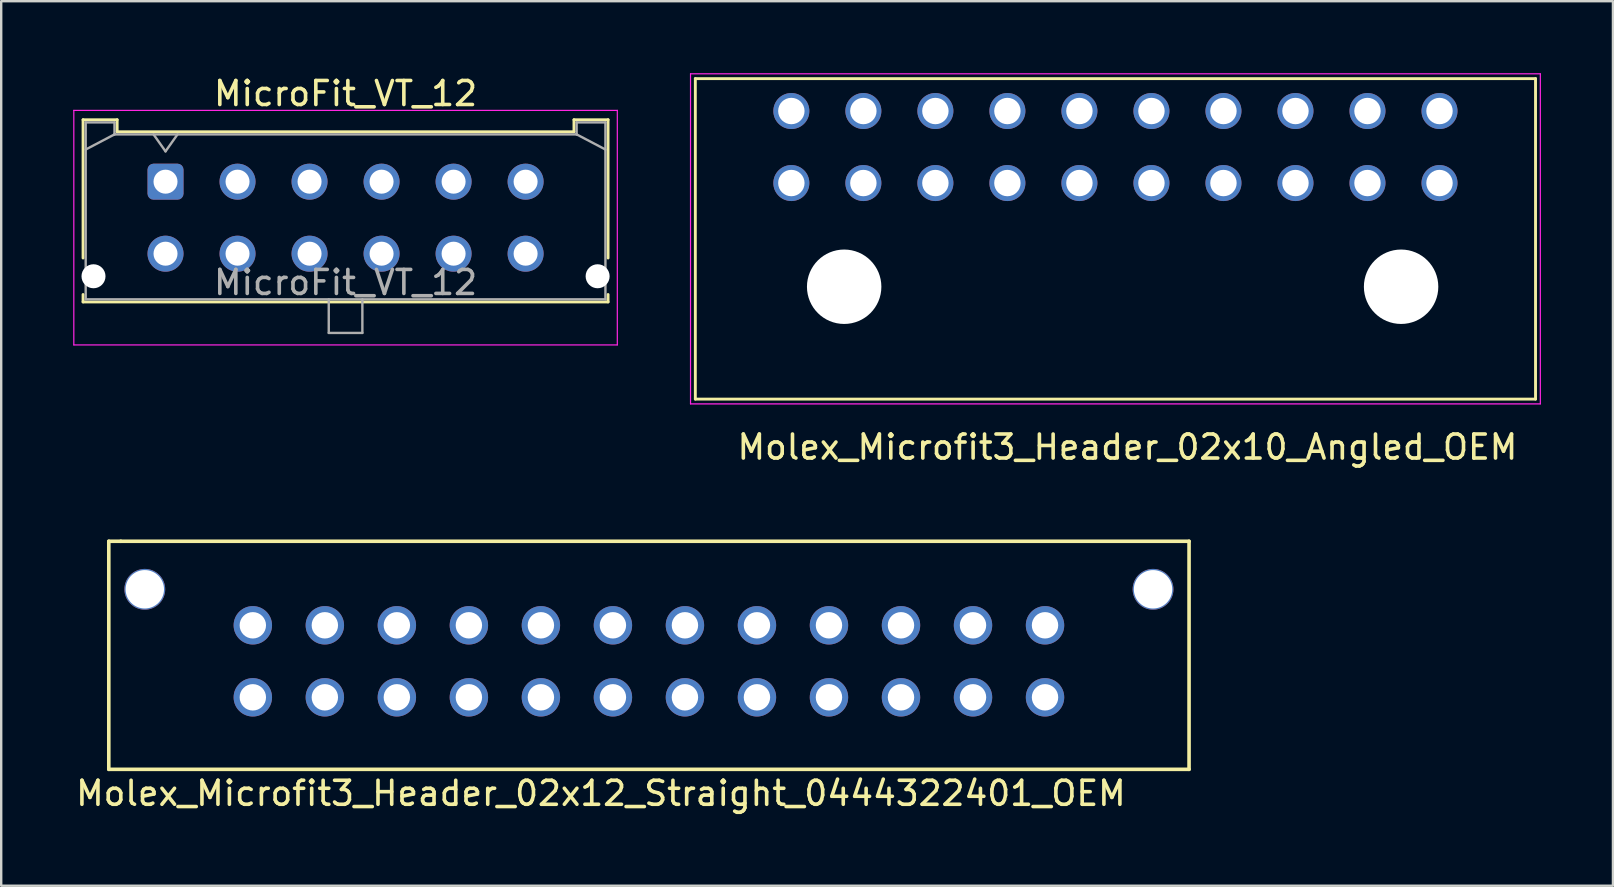
<source format=kicad_pcb>
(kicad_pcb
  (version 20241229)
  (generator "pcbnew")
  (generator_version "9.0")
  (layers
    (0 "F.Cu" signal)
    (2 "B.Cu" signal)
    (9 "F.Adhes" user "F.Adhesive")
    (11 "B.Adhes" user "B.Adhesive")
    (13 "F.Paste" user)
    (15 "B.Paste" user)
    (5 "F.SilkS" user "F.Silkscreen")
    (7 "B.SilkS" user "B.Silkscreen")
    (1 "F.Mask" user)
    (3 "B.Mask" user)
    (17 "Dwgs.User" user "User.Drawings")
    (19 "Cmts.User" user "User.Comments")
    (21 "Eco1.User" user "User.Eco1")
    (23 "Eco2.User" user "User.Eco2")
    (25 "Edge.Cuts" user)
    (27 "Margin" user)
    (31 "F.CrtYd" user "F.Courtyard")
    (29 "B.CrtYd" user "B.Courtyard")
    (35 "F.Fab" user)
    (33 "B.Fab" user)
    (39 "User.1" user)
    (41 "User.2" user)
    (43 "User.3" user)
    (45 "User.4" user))
  (footprint "Molex_Microfit3_Header_02x10_Angled_OEM"
    (layer "F.Cu")
    (at 56.915 4.575)
    (property "Reference" "Molex_Microfit3_Header_02x10_Angled_OEM" (at -13 11 0) (layer "F.SilkS") (effects (font (size 1 1) (thickness 0.15))))
    (attr through_hole)
    (fp_line (start -31 -4.35) (end 4 -4.35) (stroke (width 0.12) (type solid)) (layer "F.SilkS"))
    (fp_line (start -31 9) (end -31 -4.35) (stroke (width 0.12) (type solid)) (layer "F.SilkS"))
    (fp_line (start 4 -4.35) (end 4 9) (stroke (width 0.12) (type solid)) (layer "F.SilkS"))
    (fp_line (start 4 9) (end -31 9) (stroke (width 0.12) (type solid)) (layer "F.SilkS"))
    (fp_line (start -31.2 -4.55) (end -31.2 9.2) (stroke (width 0.05) (type solid)) (layer "F.CrtYd"))
    (fp_line (start -31.2 9.2) (end 4.2 9.2) (stroke (width 0.05) (type solid)) (layer "F.CrtYd"))
    (fp_line (start 4.2 -4.55) (end -31.2 -4.55) (stroke (width 0.05) (type solid)) (layer "F.CrtYd"))
    (fp_line (start 4.2 9.2) (end 4.2 -4.55) (stroke (width 0.05) (type solid)) (layer "F.CrtYd"))
    (pad "" np_thru_hole circle (at -24.8 4.32) (size 3.1 3.1) (drill 3.1) (layers "*.Cu" "*.Mask"))
    (pad "" np_thru_hole circle (at -1.6 4.32) (size 3.1 3.1) (drill 3.1) (layers "*.Cu" "*.Mask"))
    (pad "1" thru_hole circle (at 0 0) (size 1.5 1.5) (drill 1.1) (layers "*.Cu" "*.Mask"))
    (pad "2" thru_hole circle (at -3 0) (size 1.5 1.5) (drill 1.1) (layers "*.Cu" "*.Mask"))
    (pad "3" thru_hole circle (at -6 0) (size 1.5 1.5) (drill 1.1) (layers "*.Cu" "*.Mask"))
    (pad "4" thru_hole circle (at -9 0) (size 1.5 1.5) (drill 1.1) (layers "*.Cu" "*.Mask"))
    (pad "5" thru_hole circle (at -12 0) (size 1.5 1.5) (drill 1.1) (layers "*.Cu" "*.Mask"))
    (pad "6" thru_hole circle (at -15 0) (size 1.5 1.5) (drill 1.1) (layers "*.Cu" "*.Mask"))
    (pad "7" thru_hole circle (at -18 0) (size 1.5 1.5) (drill 1.1) (layers "*.Cu" "*.Mask"))
    (pad "8" thru_hole circle (at -21 0) (size 1.5 1.5) (drill 1.1) (layers "*.Cu" "*.Mask"))
    (pad "9" thru_hole circle (at -24 0) (size 1.5 1.5) (drill 1.1) (layers "*.Cu" "*.Mask"))
    (pad "10" thru_hole circle (at -27 0) (size 1.5 1.5) (drill 1.1) (layers "*.Cu" "*.Mask"))
    (pad "11" thru_hole circle (at 0 -3) (size 1.5 1.5) (drill 1.1) (layers "*.Cu" "*.Mask"))
    (pad "12" thru_hole circle (at -3 -3) (size 1.5 1.5) (drill 1.1) (layers "*.Cu" "*.Mask"))
    (pad "13" thru_hole circle (at -6 -3) (size 1.5 1.5) (drill 1.1) (layers "*.Cu" "*.Mask"))
    (pad "14" thru_hole circle (at -9 -3) (size 1.5 1.5) (drill 1.1) (layers "*.Cu" "*.Mask"))
    (pad "15" thru_hole circle (at -12 -3) (size 1.5 1.5) (drill 1.1) (layers "*.Cu" "*.Mask"))
    (pad "16" thru_hole circle (at -15 -3) (size 1.5 1.5) (drill 1.1) (layers "*.Cu" "*.Mask"))
    (pad "17" thru_hole circle (at -18 -3) (size 1.5 1.5) (drill 1.1) (layers "*.Cu" "*.Mask"))
    (pad "18" thru_hole circle (at -21 -3) (size 1.5 1.5) (drill 1.1) (layers "*.Cu" "*.Mask"))
    (pad "19" thru_hole circle (at -24 -3) (size 1.5 1.5) (drill 1.1) (layers "*.Cu" "*.Mask"))
    (pad "20" thru_hole circle (at -27 -3) (size 1.5 1.5) (drill 1.1) (layers "*.Cu" "*.Mask")))
  (footprint "Molex_Microfit3_Header_02x12_Straight_0444322401_OEM"
    (layer "F.Cu")
    (at 40.482 25.998)
    (property "Reference" "Molex_Microfit3_Header_02x12_Straight_0444322401_OEM" (at -18.5 4 0) (layer "F.SilkS") (effects (font (size 1 1) (thickness 0.15))))
    (attr through_hole)
    (fp_line (start -39 -6.5) (end -39 3) (stroke (width 0.15) (type solid)) (layer "F.SilkS"))
    (fp_line (start -39 3) (end 6 3) (stroke (width 0.15) (type solid)) (layer "F.SilkS"))
    (fp_line (start -38.5 -6.5) (end -39 -6.5) (stroke (width 0.15) (type solid)) (layer "F.SilkS"))
    (fp_line (start 6 -6.5) (end -38.5 -6.5) (stroke (width 0.15) (type solid)) (layer "F.SilkS"))
    (fp_line (start 6 3) (end 6 -6.5) (stroke (width 0.15) (type solid)) (layer "F.SilkS"))
    (pad "" np_thru_hole circle (at -37.5 -4.5) (size 1.7 1.7) (drill 1.6) (layers "*.Cu" "*.Mask"))
    (pad "" np_thru_hole circle (at 4.5 -4.5) (size 1.7 1.7) (drill 1.6) (layers "*.Cu" "*.Mask"))
    (pad "1" thru_hole circle (at 0 0) (size 1.6 1.6) (drill 1.1) (layers "*.Cu" "*.Mask"))
    (pad "2" thru_hole circle (at -3 0) (size 1.6 1.6) (drill 1.1) (layers "*.Cu" "*.Mask"))
    (pad "3" thru_hole circle (at -6 0) (size 1.6 1.6) (drill 1.1) (layers "*.Cu" "*.Mask"))
    (pad "4" thru_hole circle (at -9 0) (size 1.6 1.6) (drill 1.1) (layers "*.Cu" "*.Mask"))
    (pad "5" thru_hole circle (at -12 0) (size 1.6 1.6) (drill 1.1) (layers "*.Cu" "*.Mask"))
    (pad "6" thru_hole circle (at -15 0) (size 1.6 1.6) (drill 1.1) (layers "*.Cu" "*.Mask"))
    (pad "7" thru_hole circle (at -18 0) (size 1.6 1.6) (drill 1.1) (layers "*.Cu" "*.Mask"))
    (pad "8" thru_hole circle (at -21 0) (size 1.6 1.6) (drill 1.1) (layers "*.Cu" "*.Mask"))
    (pad "9" thru_hole circle (at -24 0) (size 1.6 1.6) (drill 1.1) (layers "*.Cu" "*.Mask"))
    (pad "10" thru_hole circle (at -27 0) (size 1.6 1.6) (drill 1.1) (layers "*.Cu" "*.Mask"))
    (pad "11" thru_hole circle (at -30 0) (size 1.6 1.6) (drill 1.1) (layers "*.Cu" "*.Mask"))
    (pad "12" thru_hole circle (at -33 0) (size 1.6 1.6) (drill 1.1) (layers "*.Cu" "*.Mask"))
    (pad "13" thru_hole circle (at 0 -3) (size 1.6 1.6) (drill 1.1) (layers "*.Cu" "*.Mask"))
    (pad "14" thru_hole circle (at -3 -3) (size 1.6 1.6) (drill 1.1) (layers "*.Cu" "*.Mask"))
    (pad "15" thru_hole circle (at -6 -3) (size 1.6 1.6) (drill 1.1) (layers "*.Cu" "*.Mask"))
    (pad "16" thru_hole circle (at -9 -3) (size 1.6 1.6) (drill 1.1) (layers "*.Cu" "*.Mask"))
    (pad "17" thru_hole circle (at -12 -3) (size 1.6 1.6) (drill 1.1) (layers "*.Cu" "*.Mask"))
    (pad "18" thru_hole circle (at -15 -3) (size 1.6 1.6) (drill 1.1) (layers "*.Cu" "*.Mask"))
    (pad "19" thru_hole circle (at -18 -3) (size 1.6 1.6) (drill 1.1) (layers "*.Cu" "*.Mask"))
    (pad "20" thru_hole circle (at -21 -3) (size 1.6 1.6) (drill 1.1) (layers "*.Cu" "*.Mask"))
    (pad "21" thru_hole circle (at -24 -3) (size 1.6 1.6) (drill 1.1) (layers "*.Cu" "*.Mask"))
    (pad "22" thru_hole circle (at -27 -3) (size 1.6 1.6) (drill 1.1) (layers "*.Cu" "*.Mask"))
    (pad "23" thru_hole circle (at -30 -3) (size 1.6 1.6) (drill 1.1) (layers "*.Cu" "*.Mask"))
    (pad "24" thru_hole circle (at -33 -3) (size 1.6 1.6) (drill 1.1) (layers "*.Cu" "*.Mask")))
  (footprint "MicroFit_VT_12"
    (layer "F.Cu")
    (at 3.845 4.518)
    (property "Reference" "MicroFit_VT_12" (at 7.5 -3.67 0) (layer "F.SilkS") (effects (font (size 1 1) (thickness 0.15))))
    (attr through_hole)
    (fp_line (start -3.435 -2.58) (end -2.015 -2.58) (stroke (width 0.12) (type solid)) (layer "F.SilkS"))
    (fp_line (start -3.435 3.18) (end -3.435 -2.58) (stroke (width 0.12) (type solid)) (layer "F.SilkS"))
    (fp_line (start -3.435 4.7) (end -3.435 5.01) (stroke (width 0.12) (type solid)) (layer "F.SilkS"))
    (fp_line (start -3.435 5.01) (end 18.435 5.01) (stroke (width 0.12) (type solid)) (layer "F.SilkS"))
    (fp_line (start -2.015 -2.58) (end -2.015 -2.08) (stroke (width 0.12) (type solid)) (layer "F.SilkS"))
    (fp_line (start -2.015 -2.08) (end 17.015 -2.08) (stroke (width 0.12) (type solid)) (layer "F.SilkS"))
    (fp_line (start 17.015 -2.58) (end 18.435 -2.58) (stroke (width 0.12) (type solid)) (layer "F.SilkS"))
    (fp_line (start 17.015 -2.08) (end 17.015 -2.58) (stroke (width 0.12) (type solid)) (layer "F.SilkS"))
    (fp_line (start 18.435 -2.58) (end 18.435 3.18) (stroke (width 0.12) (type solid)) (layer "F.SilkS"))
    (fp_line (start 18.435 5.01) (end 18.435 4.7) (stroke (width 0.12) (type solid)) (layer "F.SilkS"))
    (fp_line (start -3.82 -2.97) (end 18.82 -2.97) (stroke (width 0.05) (type solid)) (layer "F.CrtYd"))
    (fp_line (start -3.82 6.8) (end -3.82 -2.97) (stroke (width 0.05) (type solid)) (layer "F.CrtYd"))
    (fp_line (start 18.82 -2.97) (end 18.82 6.8) (stroke (width 0.05) (type solid)) (layer "F.CrtYd"))
    (fp_line (start 18.82 6.8) (end -3.82 6.8) (stroke (width 0.05) (type solid)) (layer "F.CrtYd"))
    (fp_line (start -3.325 -2.47) (end -3.325 4.9) (stroke (width 0.1) (type solid)) (layer "F.Fab"))
    (fp_line (start -3.325 -1.34) (end -2.125 -1.97) (stroke (width 0.1) (type solid)) (layer "F.Fab"))
    (fp_line (start -3.325 4.9) (end 18.325 4.9) (stroke (width 0.1) (type solid)) (layer "F.Fab"))
    (fp_line (start -2.125 -2.47) (end -3.325 -2.47) (stroke (width 0.1) (type solid)) (layer "F.Fab"))
    (fp_line (start -2.125 -1.97) (end -2.125 -2.47) (stroke (width 0.1) (type solid)) (layer "F.Fab"))
    (fp_line (start -0.5 -1.97) (end 0 -1.263) (stroke (width 0.1) (type solid)) (layer "F.Fab"))
    (fp_line (start 0 -1.263) (end 0.5 -1.97) (stroke (width 0.1) (type solid)) (layer "F.Fab"))
    (fp_line (start 6.8 4.9) (end 6.8 6.3) (stroke (width 0.1) (type solid)) (layer "F.Fab"))
    (fp_line (start 6.8 6.3) (end 8.2 6.3) (stroke (width 0.1) (type solid)) (layer "F.Fab"))
    (fp_line (start 8.2 6.3) (end 8.2 4.9) (stroke (width 0.1) (type solid)) (layer "F.Fab"))
    (fp_line (start 17.125 -2.47) (end 17.125 -1.97) (stroke (width 0.1) (type solid)) (layer "F.Fab"))
    (fp_line (start 17.125 -1.97) (end -2.125 -1.97) (stroke (width 0.1) (type solid)) (layer "F.Fab"))
    (fp_line (start 18.325 -2.47) (end 17.125 -2.47) (stroke (width 0.1) (type solid)) (layer "F.Fab"))
    (fp_line (start 18.325 -1.34) (end 17.125 -1.97) (stroke (width 0.1) (type solid)) (layer "F.Fab"))
    (fp_line (start 18.325 4.9) (end 18.325 -2.47) (stroke (width 0.1) (type solid)) (layer "F.Fab"))
    (fp_text user "${REFERENCE}" (at 7.5 4.2 0) (layer "F.Fab") (effects (font (size 1 1) (thickness 0.15))))
    (pad "" np_thru_hole circle (at -3 3.94) (size 1 1) (drill 1) (layers "*.Cu" "*.Mask"))
    (pad "" np_thru_hole circle (at 18 3.94) (size 1 1) (drill 1) (layers "*.Cu" "*.Mask"))
    (pad "1" thru_hole roundrect (at 0 0) (size 1.5 1.5) (drill 1) (layers "*.Cu" "*.Mask") (roundrect_rratio 0.167))
    (pad "2" thru_hole circle (at 3 0) (size 1.5 1.5) (drill 1) (layers "*.Cu" "*.Mask"))
    (pad "3" thru_hole circle (at 6 0) (size 1.5 1.5) (drill 1) (layers "*.Cu" "*.Mask"))
    (pad "4" thru_hole circle (at 9 0) (size 1.5 1.5) (drill 1) (layers "*.Cu" "*.Mask"))
    (pad "5" thru_hole circle (at 12 0) (size 1.5 1.5) (drill 1) (layers "*.Cu" "*.Mask"))
    (pad "6" thru_hole circle (at 15 0) (size 1.5 1.5) (drill 1) (layers "*.Cu" "*.Mask"))
    (pad "7" thru_hole circle (at 0 3) (size 1.5 1.5) (drill 1) (layers "*.Cu" "*.Mask"))
    (pad "8" thru_hole circle (at 3 3) (size 1.5 1.5) (drill 1) (layers "*.Cu" "*.Mask"))
    (pad "9" thru_hole circle (at 6 3) (size 1.5 1.5) (drill 1) (layers "*.Cu" "*.Mask"))
    (pad "10" thru_hole circle (at 9 3) (size 1.5 1.5) (drill 1) (layers "*.Cu" "*.Mask"))
    (pad "11" thru_hole circle (at 12 3) (size 1.5 1.5) (drill 1) (layers "*.Cu" "*.Mask"))
    (pad "12" thru_hole circle (at 15 3) (size 1.5 1.5) (drill 1) (layers "*.Cu" "*.Mask")))
  (gr_rect
    (start -3 -3)
    (end 64.14 33.846)
    (stroke (width 0.1) (type default))
    (fill no)
    (layer "Edge.Cuts")))
</source>
